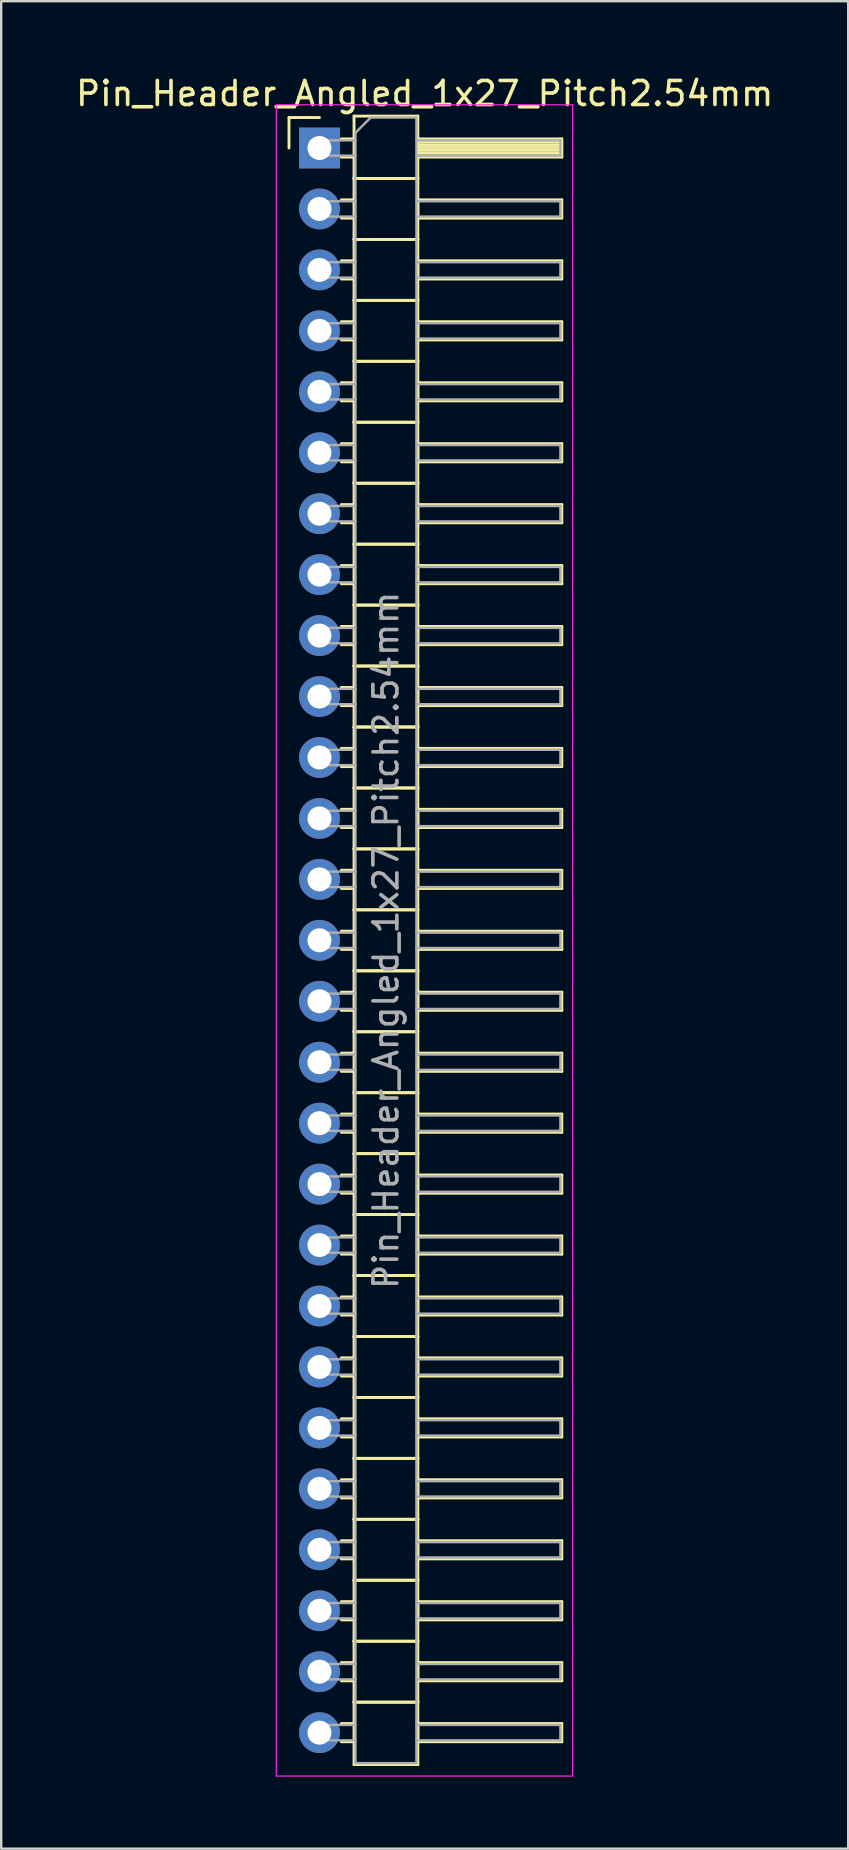
<source format=kicad_pcb>
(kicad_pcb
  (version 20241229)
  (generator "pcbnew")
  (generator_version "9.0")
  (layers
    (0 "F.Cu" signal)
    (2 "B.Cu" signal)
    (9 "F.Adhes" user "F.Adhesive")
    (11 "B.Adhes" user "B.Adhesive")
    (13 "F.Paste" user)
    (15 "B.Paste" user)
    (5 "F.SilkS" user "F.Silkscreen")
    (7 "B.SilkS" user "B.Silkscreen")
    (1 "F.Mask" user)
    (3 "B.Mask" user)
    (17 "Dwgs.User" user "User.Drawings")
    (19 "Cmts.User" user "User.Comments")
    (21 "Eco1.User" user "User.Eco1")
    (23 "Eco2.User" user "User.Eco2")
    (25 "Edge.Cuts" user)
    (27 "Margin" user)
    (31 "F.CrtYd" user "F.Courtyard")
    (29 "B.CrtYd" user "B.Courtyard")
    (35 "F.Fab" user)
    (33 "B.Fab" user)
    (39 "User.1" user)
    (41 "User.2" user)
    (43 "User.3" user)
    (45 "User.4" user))
  (footprint "Pin_Header_Angled_1x27_Pitch2.54mm"
    (layer "F.Cu")
    (at 10.264 3.118)
    (property "Reference" "Pin_Header_Angled_1x27_Pitch2.54mm" (at 4.385 -2.27 0) (layer "F.SilkS") (effects (font (size 1 1) (thickness 0.15))))
    (attr through_hole)
    (fp_line (start -1.27 -1.27) (end 0 -1.27) (stroke (width 0.12) (type solid)) (layer "F.SilkS"))
    (fp_line (start -1.27 0) (end -1.27 -1.27) (stroke (width 0.12) (type solid)) (layer "F.SilkS"))
    (fp_line (start 0.91 -0.38) (end 1.44 -0.38) (stroke (width 0.12) (type solid)) (layer "F.SilkS"))
    (fp_line (start 0.91 0.38) (end 1.44 0.38) (stroke (width 0.12) (type solid)) (layer "F.SilkS"))
    (fp_line (start 0.91 2.16) (end 1.44 2.16) (stroke (width 0.12) (type solid)) (layer "F.SilkS"))
    (fp_line (start 0.91 2.92) (end 1.44 2.92) (stroke (width 0.12) (type solid)) (layer "F.SilkS"))
    (fp_line (start 0.91 4.7) (end 1.44 4.7) (stroke (width 0.12) (type solid)) (layer "F.SilkS"))
    (fp_line (start 0.91 5.46) (end 1.44 5.46) (stroke (width 0.12) (type solid)) (layer "F.SilkS"))
    (fp_line (start 0.91 7.24) (end 1.44 7.24) (stroke (width 0.12) (type solid)) (layer "F.SilkS"))
    (fp_line (start 0.91 8) (end 1.44 8) (stroke (width 0.12) (type solid)) (layer "F.SilkS"))
    (fp_line (start 0.91 9.78) (end 1.44 9.78) (stroke (width 0.12) (type solid)) (layer "F.SilkS"))
    (fp_line (start 0.91 10.54) (end 1.44 10.54) (stroke (width 0.12) (type solid)) (layer "F.SilkS"))
    (fp_line (start 0.91 12.32) (end 1.44 12.32) (stroke (width 0.12) (type solid)) (layer "F.SilkS"))
    (fp_line (start 0.91 13.08) (end 1.44 13.08) (stroke (width 0.12) (type solid)) (layer "F.SilkS"))
    (fp_line (start 0.91 14.86) (end 1.44 14.86) (stroke (width 0.12) (type solid)) (layer "F.SilkS"))
    (fp_line (start 0.91 15.62) (end 1.44 15.62) (stroke (width 0.12) (type solid)) (layer "F.SilkS"))
    (fp_line (start 0.91 17.4) (end 1.44 17.4) (stroke (width 0.12) (type solid)) (layer "F.SilkS"))
    (fp_line (start 0.91 18.16) (end 1.44 18.16) (stroke (width 0.12) (type solid)) (layer "F.SilkS"))
    (fp_line (start 0.91 19.94) (end 1.44 19.94) (stroke (width 0.12) (type solid)) (layer "F.SilkS"))
    (fp_line (start 0.91 20.7) (end 1.44 20.7) (stroke (width 0.12) (type solid)) (layer "F.SilkS"))
    (fp_line (start 0.91 22.48) (end 1.44 22.48) (stroke (width 0.12) (type solid)) (layer "F.SilkS"))
    (fp_line (start 0.91 23.24) (end 1.44 23.24) (stroke (width 0.12) (type solid)) (layer "F.SilkS"))
    (fp_line (start 0.91 25.02) (end 1.44 25.02) (stroke (width 0.12) (type solid)) (layer "F.SilkS"))
    (fp_line (start 0.91 25.78) (end 1.44 25.78) (stroke (width 0.12) (type solid)) (layer "F.SilkS"))
    (fp_line (start 0.91 27.56) (end 1.44 27.56) (stroke (width 0.12) (type solid)) (layer "F.SilkS"))
    (fp_line (start 0.91 28.32) (end 1.44 28.32) (stroke (width 0.12) (type solid)) (layer "F.SilkS"))
    (fp_line (start 0.91 30.1) (end 1.44 30.1) (stroke (width 0.12) (type solid)) (layer "F.SilkS"))
    (fp_line (start 0.91 30.86) (end 1.44 30.86) (stroke (width 0.12) (type solid)) (layer "F.SilkS"))
    (fp_line (start 0.91 32.64) (end 1.44 32.64) (stroke (width 0.12) (type solid)) (layer "F.SilkS"))
    (fp_line (start 0.91 33.4) (end 1.44 33.4) (stroke (width 0.12) (type solid)) (layer "F.SilkS"))
    (fp_line (start 0.91 35.18) (end 1.44 35.18) (stroke (width 0.12) (type solid)) (layer "F.SilkS"))
    (fp_line (start 0.91 35.94) (end 1.44 35.94) (stroke (width 0.12) (type solid)) (layer "F.SilkS"))
    (fp_line (start 0.91 37.72) (end 1.44 37.72) (stroke (width 0.12) (type solid)) (layer "F.SilkS"))
    (fp_line (start 0.91 38.48) (end 1.44 38.48) (stroke (width 0.12) (type solid)) (layer "F.SilkS"))
    (fp_line (start 0.91 40.26) (end 1.44 40.26) (stroke (width 0.12) (type solid)) (layer "F.SilkS"))
    (fp_line (start 0.91 41.02) (end 1.44 41.02) (stroke (width 0.12) (type solid)) (layer "F.SilkS"))
    (fp_line (start 0.91 42.8) (end 1.44 42.8) (stroke (width 0.12) (type solid)) (layer "F.SilkS"))
    (fp_line (start 0.91 43.56) (end 1.44 43.56) (stroke (width 0.12) (type solid)) (layer "F.SilkS"))
    (fp_line (start 0.91 45.34) (end 1.44 45.34) (stroke (width 0.12) (type solid)) (layer "F.SilkS"))
    (fp_line (start 0.91 46.1) (end 1.44 46.1) (stroke (width 0.12) (type solid)) (layer "F.SilkS"))
    (fp_line (start 0.91 47.88) (end 1.44 47.88) (stroke (width 0.12) (type solid)) (layer "F.SilkS"))
    (fp_line (start 0.91 48.64) (end 1.44 48.64) (stroke (width 0.12) (type solid)) (layer "F.SilkS"))
    (fp_line (start 0.91 50.42) (end 1.44 50.42) (stroke (width 0.12) (type solid)) (layer "F.SilkS"))
    (fp_line (start 0.91 51.18) (end 1.44 51.18) (stroke (width 0.12) (type solid)) (layer "F.SilkS"))
    (fp_line (start 0.91 52.96) (end 1.44 52.96) (stroke (width 0.12) (type solid)) (layer "F.SilkS"))
    (fp_line (start 0.91 53.72) (end 1.44 53.72) (stroke (width 0.12) (type solid)) (layer "F.SilkS"))
    (fp_line (start 0.91 55.5) (end 1.44 55.5) (stroke (width 0.12) (type solid)) (layer "F.SilkS"))
    (fp_line (start 0.91 56.26) (end 1.44 56.26) (stroke (width 0.12) (type solid)) (layer "F.SilkS"))
    (fp_line (start 0.91 58.04) (end 1.44 58.04) (stroke (width 0.12) (type solid)) (layer "F.SilkS"))
    (fp_line (start 0.91 58.8) (end 1.44 58.8) (stroke (width 0.12) (type solid)) (layer "F.SilkS"))
    (fp_line (start 0.91 60.58) (end 1.44 60.58) (stroke (width 0.12) (type solid)) (layer "F.SilkS"))
    (fp_line (start 0.91 61.34) (end 1.44 61.34) (stroke (width 0.12) (type solid)) (layer "F.SilkS"))
    (fp_line (start 0.91 63.12) (end 1.44 63.12) (stroke (width 0.12) (type solid)) (layer "F.SilkS"))
    (fp_line (start 0.91 63.88) (end 1.44 63.88) (stroke (width 0.12) (type solid)) (layer "F.SilkS"))
    (fp_line (start 0.91 65.66) (end 1.44 65.66) (stroke (width 0.12) (type solid)) (layer "F.SilkS"))
    (fp_line (start 0.91 66.42) (end 1.44 66.42) (stroke (width 0.12) (type solid)) (layer "F.SilkS"))
    (fp_line (start 1.44 -1.33) (end 1.44 1.27) (stroke (width 0.12) (type solid)) (layer "F.SilkS"))
    (fp_line (start 1.44 1.27) (end 1.44 3.81) (stroke (width 0.12) (type solid)) (layer "F.SilkS"))
    (fp_line (start 1.44 1.27) (end 4.1 1.27) (stroke (width 0.12) (type solid)) (layer "F.SilkS"))
    (fp_line (start 1.44 3.81) (end 1.44 6.35) (stroke (width 0.12) (type solid)) (layer "F.SilkS"))
    (fp_line (start 1.44 3.81) (end 4.1 3.81) (stroke (width 0.12) (type solid)) (layer "F.SilkS"))
    (fp_line (start 1.44 6.35) (end 1.44 8.89) (stroke (width 0.12) (type solid)) (layer "F.SilkS"))
    (fp_line (start 1.44 6.35) (end 4.1 6.35) (stroke (width 0.12) (type solid)) (layer "F.SilkS"))
    (fp_line (start 1.44 8.89) (end 1.44 11.43) (stroke (width 0.12) (type solid)) (layer "F.SilkS"))
    (fp_line (start 1.44 8.89) (end 4.1 8.89) (stroke (width 0.12) (type solid)) (layer "F.SilkS"))
    (fp_line (start 1.44 11.43) (end 1.44 13.97) (stroke (width 0.12) (type solid)) (layer "F.SilkS"))
    (fp_line (start 1.44 11.43) (end 4.1 11.43) (stroke (width 0.12) (type solid)) (layer "F.SilkS"))
    (fp_line (start 1.44 13.97) (end 1.44 16.51) (stroke (width 0.12) (type solid)) (layer "F.SilkS"))
    (fp_line (start 1.44 13.97) (end 4.1 13.97) (stroke (width 0.12) (type solid)) (layer "F.SilkS"))
    (fp_line (start 1.44 16.51) (end 1.44 19.05) (stroke (width 0.12) (type solid)) (layer "F.SilkS"))
    (fp_line (start 1.44 16.51) (end 4.1 16.51) (stroke (width 0.12) (type solid)) (layer "F.SilkS"))
    (fp_line (start 1.44 19.05) (end 1.44 21.59) (stroke (width 0.12) (type solid)) (layer "F.SilkS"))
    (fp_line (start 1.44 19.05) (end 4.1 19.05) (stroke (width 0.12) (type solid)) (layer "F.SilkS"))
    (fp_line (start 1.44 21.59) (end 1.44 24.13) (stroke (width 0.12) (type solid)) (layer "F.SilkS"))
    (fp_line (start 1.44 21.59) (end 4.1 21.59) (stroke (width 0.12) (type solid)) (layer "F.SilkS"))
    (fp_line (start 1.44 24.13) (end 1.44 26.67) (stroke (width 0.12) (type solid)) (layer "F.SilkS"))
    (fp_line (start 1.44 24.13) (end 4.1 24.13) (stroke (width 0.12) (type solid)) (layer "F.SilkS"))
    (fp_line (start 1.44 26.67) (end 1.44 29.21) (stroke (width 0.12) (type solid)) (layer "F.SilkS"))
    (fp_line (start 1.44 26.67) (end 4.1 26.67) (stroke (width 0.12) (type solid)) (layer "F.SilkS"))
    (fp_line (start 1.44 29.21) (end 1.44 31.75) (stroke (width 0.12) (type solid)) (layer "F.SilkS"))
    (fp_line (start 1.44 29.21) (end 4.1 29.21) (stroke (width 0.12) (type solid)) (layer "F.SilkS"))
    (fp_line (start 1.44 31.75) (end 1.44 34.29) (stroke (width 0.12) (type solid)) (layer "F.SilkS"))
    (fp_line (start 1.44 31.75) (end 4.1 31.75) (stroke (width 0.12) (type solid)) (layer "F.SilkS"))
    (fp_line (start 1.44 34.29) (end 1.44 36.83) (stroke (width 0.12) (type solid)) (layer "F.SilkS"))
    (fp_line (start 1.44 34.29) (end 4.1 34.29) (stroke (width 0.12) (type solid)) (layer "F.SilkS"))
    (fp_line (start 1.44 36.83) (end 1.44 39.37) (stroke (width 0.12) (type solid)) (layer "F.SilkS"))
    (fp_line (start 1.44 36.83) (end 4.1 36.83) (stroke (width 0.12) (type solid)) (layer "F.SilkS"))
    (fp_line (start 1.44 39.37) (end 1.44 41.91) (stroke (width 0.12) (type solid)) (layer "F.SilkS"))
    (fp_line (start 1.44 39.37) (end 4.1 39.37) (stroke (width 0.12) (type solid)) (layer "F.SilkS"))
    (fp_line (start 1.44 41.91) (end 1.44 44.45) (stroke (width 0.12) (type solid)) (layer "F.SilkS"))
    (fp_line (start 1.44 41.91) (end 4.1 41.91) (stroke (width 0.12) (type solid)) (layer "F.SilkS"))
    (fp_line (start 1.44 44.45) (end 1.44 46.99) (stroke (width 0.12) (type solid)) (layer "F.SilkS"))
    (fp_line (start 1.44 44.45) (end 4.1 44.45) (stroke (width 0.12) (type solid)) (layer "F.SilkS"))
    (fp_line (start 1.44 46.99) (end 1.44 49.53) (stroke (width 0.12) (type solid)) (layer "F.SilkS"))
    (fp_line (start 1.44 46.99) (end 4.1 46.99) (stroke (width 0.12) (type solid)) (layer "F.SilkS"))
    (fp_line (start 1.44 49.53) (end 1.44 52.07) (stroke (width 0.12) (type solid)) (layer "F.SilkS"))
    (fp_line (start 1.44 49.53) (end 4.1 49.53) (stroke (width 0.12) (type solid)) (layer "F.SilkS"))
    (fp_line (start 1.44 52.07) (end 1.44 54.61) (stroke (width 0.12) (type solid)) (layer "F.SilkS"))
    (fp_line (start 1.44 52.07) (end 4.1 52.07) (stroke (width 0.12) (type solid)) (layer "F.SilkS"))
    (fp_line (start 1.44 54.61) (end 1.44 57.15) (stroke (width 0.12) (type solid)) (layer "F.SilkS"))
    (fp_line (start 1.44 54.61) (end 4.1 54.61) (stroke (width 0.12) (type solid)) (layer "F.SilkS"))
    (fp_line (start 1.44 57.15) (end 1.44 59.69) (stroke (width 0.12) (type solid)) (layer "F.SilkS"))
    (fp_line (start 1.44 57.15) (end 4.1 57.15) (stroke (width 0.12) (type solid)) (layer "F.SilkS"))
    (fp_line (start 1.44 59.69) (end 1.44 62.23) (stroke (width 0.12) (type solid)) (layer "F.SilkS"))
    (fp_line (start 1.44 59.69) (end 4.1 59.69) (stroke (width 0.12) (type solid)) (layer "F.SilkS"))
    (fp_line (start 1.44 62.23) (end 1.44 64.77) (stroke (width 0.12) (type solid)) (layer "F.SilkS"))
    (fp_line (start 1.44 62.23) (end 4.1 62.23) (stroke (width 0.12) (type solid)) (layer "F.SilkS"))
    (fp_line (start 1.44 64.77) (end 1.44 67.37) (stroke (width 0.12) (type solid)) (layer "F.SilkS"))
    (fp_line (start 1.44 64.77) (end 4.1 64.77) (stroke (width 0.12) (type solid)) (layer "F.SilkS"))
    (fp_line (start 1.44 67.37) (end 4.1 67.37) (stroke (width 0.12) (type solid)) (layer "F.SilkS"))
    (fp_line (start 4.1 -1.33) (end 1.44 -1.33) (stroke (width 0.12) (type solid)) (layer "F.SilkS"))
    (fp_line (start 4.1 -0.38) (end 4.1 0.38) (stroke (width 0.12) (type solid)) (layer "F.SilkS"))
    (fp_line (start 4.1 -0.26) (end 10.1 -0.26) (stroke (width 0.12) (type solid)) (layer "F.SilkS"))
    (fp_line (start 4.1 -0.14) (end 10.1 -0.14) (stroke (width 0.12) (type solid)) (layer "F.SilkS"))
    (fp_line (start 4.1 -0.02) (end 10.1 -0.02) (stroke (width 0.12) (type solid)) (layer "F.SilkS"))
    (fp_line (start 4.1 0.1) (end 10.1 0.1) (stroke (width 0.12) (type solid)) (layer "F.SilkS"))
    (fp_line (start 4.1 0.22) (end 10.1 0.22) (stroke (width 0.12) (type solid)) (layer "F.SilkS"))
    (fp_line (start 4.1 0.34) (end 10.1 0.34) (stroke (width 0.12) (type solid)) (layer "F.SilkS"))
    (fp_line (start 4.1 0.38) (end 10.1 0.38) (stroke (width 0.12) (type solid)) (layer "F.SilkS"))
    (fp_line (start 4.1 1.27) (end 1.44 1.27) (stroke (width 0.12) (type solid)) (layer "F.SilkS"))
    (fp_line (start 4.1 1.27) (end 4.1 -1.33) (stroke (width 0.12) (type solid)) (layer "F.SilkS"))
    (fp_line (start 4.1 2.16) (end 4.1 2.92) (stroke (width 0.12) (type solid)) (layer "F.SilkS"))
    (fp_line (start 4.1 2.92) (end 10.1 2.92) (stroke (width 0.12) (type solid)) (layer "F.SilkS"))
    (fp_line (start 4.1 3.81) (end 1.44 3.81) (stroke (width 0.12) (type solid)) (layer "F.SilkS"))
    (fp_line (start 4.1 3.81) (end 4.1 1.27) (stroke (width 0.12) (type solid)) (layer "F.SilkS"))
    (fp_line (start 4.1 4.7) (end 4.1 5.46) (stroke (width 0.12) (type solid)) (layer "F.SilkS"))
    (fp_line (start 4.1 5.46) (end 10.1 5.46) (stroke (width 0.12) (type solid)) (layer "F.SilkS"))
    (fp_line (start 4.1 6.35) (end 1.44 6.35) (stroke (width 0.12) (type solid)) (layer "F.SilkS"))
    (fp_line (start 4.1 6.35) (end 4.1 3.81) (stroke (width 0.12) (type solid)) (layer "F.SilkS"))
    (fp_line (start 4.1 7.24) (end 4.1 8) (stroke (width 0.12) (type solid)) (layer "F.SilkS"))
    (fp_line (start 4.1 8) (end 10.1 8) (stroke (width 0.12) (type solid)) (layer "F.SilkS"))
    (fp_line (start 4.1 8.89) (end 1.44 8.89) (stroke (width 0.12) (type solid)) (layer "F.SilkS"))
    (fp_line (start 4.1 8.89) (end 4.1 6.35) (stroke (width 0.12) (type solid)) (layer "F.SilkS"))
    (fp_line (start 4.1 9.78) (end 4.1 10.54) (stroke (width 0.12) (type solid)) (layer "F.SilkS"))
    (fp_line (start 4.1 10.54) (end 10.1 10.54) (stroke (width 0.12) (type solid)) (layer "F.SilkS"))
    (fp_line (start 4.1 11.43) (end 1.44 11.43) (stroke (width 0.12) (type solid)) (layer "F.SilkS"))
    (fp_line (start 4.1 11.43) (end 4.1 8.89) (stroke (width 0.12) (type solid)) (layer "F.SilkS"))
    (fp_line (start 4.1 12.32) (end 4.1 13.08) (stroke (width 0.12) (type solid)) (layer "F.SilkS"))
    (fp_line (start 4.1 13.08) (end 10.1 13.08) (stroke (width 0.12) (type solid)) (layer "F.SilkS"))
    (fp_line (start 4.1 13.97) (end 1.44 13.97) (stroke (width 0.12) (type solid)) (layer "F.SilkS"))
    (fp_line (start 4.1 13.97) (end 4.1 11.43) (stroke (width 0.12) (type solid)) (layer "F.SilkS"))
    (fp_line (start 4.1 14.86) (end 4.1 15.62) (stroke (width 0.12) (type solid)) (layer "F.SilkS"))
    (fp_line (start 4.1 15.62) (end 10.1 15.62) (stroke (width 0.12) (type solid)) (layer "F.SilkS"))
    (fp_line (start 4.1 16.51) (end 1.44 16.51) (stroke (width 0.12) (type solid)) (layer "F.SilkS"))
    (fp_line (start 4.1 16.51) (end 4.1 13.97) (stroke (width 0.12) (type solid)) (layer "F.SilkS"))
    (fp_line (start 4.1 17.4) (end 4.1 18.16) (stroke (width 0.12) (type solid)) (layer "F.SilkS"))
    (fp_line (start 4.1 18.16) (end 10.1 18.16) (stroke (width 0.12) (type solid)) (layer "F.SilkS"))
    (fp_line (start 4.1 19.05) (end 1.44 19.05) (stroke (width 0.12) (type solid)) (layer "F.SilkS"))
    (fp_line (start 4.1 19.05) (end 4.1 16.51) (stroke (width 0.12) (type solid)) (layer "F.SilkS"))
    (fp_line (start 4.1 19.94) (end 4.1 20.7) (stroke (width 0.12) (type solid)) (layer "F.SilkS"))
    (fp_line (start 4.1 20.7) (end 10.1 20.7) (stroke (width 0.12) (type solid)) (layer "F.SilkS"))
    (fp_line (start 4.1 21.59) (end 1.44 21.59) (stroke (width 0.12) (type solid)) (layer "F.SilkS"))
    (fp_line (start 4.1 21.59) (end 4.1 19.05) (stroke (width 0.12) (type solid)) (layer "F.SilkS"))
    (fp_line (start 4.1 22.48) (end 4.1 23.24) (stroke (width 0.12) (type solid)) (layer "F.SilkS"))
    (fp_line (start 4.1 23.24) (end 10.1 23.24) (stroke (width 0.12) (type solid)) (layer "F.SilkS"))
    (fp_line (start 4.1 24.13) (end 1.44 24.13) (stroke (width 0.12) (type solid)) (layer "F.SilkS"))
    (fp_line (start 4.1 24.13) (end 4.1 21.59) (stroke (width 0.12) (type solid)) (layer "F.SilkS"))
    (fp_line (start 4.1 25.02) (end 4.1 25.78) (stroke (width 0.12) (type solid)) (layer "F.SilkS"))
    (fp_line (start 4.1 25.78) (end 10.1 25.78) (stroke (width 0.12) (type solid)) (layer "F.SilkS"))
    (fp_line (start 4.1 26.67) (end 1.44 26.67) (stroke (width 0.12) (type solid)) (layer "F.SilkS"))
    (fp_line (start 4.1 26.67) (end 4.1 24.13) (stroke (width 0.12) (type solid)) (layer "F.SilkS"))
    (fp_line (start 4.1 27.56) (end 4.1 28.32) (stroke (width 0.12) (type solid)) (layer "F.SilkS"))
    (fp_line (start 4.1 28.32) (end 10.1 28.32) (stroke (width 0.12) (type solid)) (layer "F.SilkS"))
    (fp_line (start 4.1 29.21) (end 1.44 29.21) (stroke (width 0.12) (type solid)) (layer "F.SilkS"))
    (fp_line (start 4.1 29.21) (end 4.1 26.67) (stroke (width 0.12) (type solid)) (layer "F.SilkS"))
    (fp_line (start 4.1 30.1) (end 4.1 30.86) (stroke (width 0.12) (type solid)) (layer "F.SilkS"))
    (fp_line (start 4.1 30.86) (end 10.1 30.86) (stroke (width 0.12) (type solid)) (layer "F.SilkS"))
    (fp_line (start 4.1 31.75) (end 1.44 31.75) (stroke (width 0.12) (type solid)) (layer "F.SilkS"))
    (fp_line (start 4.1 31.75) (end 4.1 29.21) (stroke (width 0.12) (type solid)) (layer "F.SilkS"))
    (fp_line (start 4.1 32.64) (end 4.1 33.4) (stroke (width 0.12) (type solid)) (layer "F.SilkS"))
    (fp_line (start 4.1 33.4) (end 10.1 33.4) (stroke (width 0.12) (type solid)) (layer "F.SilkS"))
    (fp_line (start 4.1 34.29) (end 1.44 34.29) (stroke (width 0.12) (type solid)) (layer "F.SilkS"))
    (fp_line (start 4.1 34.29) (end 4.1 31.75) (stroke (width 0.12) (type solid)) (layer "F.SilkS"))
    (fp_line (start 4.1 35.18) (end 4.1 35.94) (stroke (width 0.12) (type solid)) (layer "F.SilkS"))
    (fp_line (start 4.1 35.94) (end 10.1 35.94) (stroke (width 0.12) (type solid)) (layer "F.SilkS"))
    (fp_line (start 4.1 36.83) (end 1.44 36.83) (stroke (width 0.12) (type solid)) (layer "F.SilkS"))
    (fp_line (start 4.1 36.83) (end 4.1 34.29) (stroke (width 0.12) (type solid)) (layer "F.SilkS"))
    (fp_line (start 4.1 37.72) (end 4.1 38.48) (stroke (width 0.12) (type solid)) (layer "F.SilkS"))
    (fp_line (start 4.1 38.48) (end 10.1 38.48) (stroke (width 0.12) (type solid)) (layer "F.SilkS"))
    (fp_line (start 4.1 39.37) (end 1.44 39.37) (stroke (width 0.12) (type solid)) (layer "F.SilkS"))
    (fp_line (start 4.1 39.37) (end 4.1 36.83) (stroke (width 0.12) (type solid)) (layer "F.SilkS"))
    (fp_line (start 4.1 40.26) (end 4.1 41.02) (stroke (width 0.12) (type solid)) (layer "F.SilkS"))
    (fp_line (start 4.1 41.02) (end 10.1 41.02) (stroke (width 0.12) (type solid)) (layer "F.SilkS"))
    (fp_line (start 4.1 41.91) (end 1.44 41.91) (stroke (width 0.12) (type solid)) (layer "F.SilkS"))
    (fp_line (start 4.1 41.91) (end 4.1 39.37) (stroke (width 0.12) (type solid)) (layer "F.SilkS"))
    (fp_line (start 4.1 42.8) (end 4.1 43.56) (stroke (width 0.12) (type solid)) (layer "F.SilkS"))
    (fp_line (start 4.1 43.56) (end 10.1 43.56) (stroke (width 0.12) (type solid)) (layer "F.SilkS"))
    (fp_line (start 4.1 44.45) (end 1.44 44.45) (stroke (width 0.12) (type solid)) (layer "F.SilkS"))
    (fp_line (start 4.1 44.45) (end 4.1 41.91) (stroke (width 0.12) (type solid)) (layer "F.SilkS"))
    (fp_line (start 4.1 45.34) (end 4.1 46.1) (stroke (width 0.12) (type solid)) (layer "F.SilkS"))
    (fp_line (start 4.1 46.1) (end 10.1 46.1) (stroke (width 0.12) (type solid)) (layer "F.SilkS"))
    (fp_line (start 4.1 46.99) (end 1.44 46.99) (stroke (width 0.12) (type solid)) (layer "F.SilkS"))
    (fp_line (start 4.1 46.99) (end 4.1 44.45) (stroke (width 0.12) (type solid)) (layer "F.SilkS"))
    (fp_line (start 4.1 47.88) (end 4.1 48.64) (stroke (width 0.12) (type solid)) (layer "F.SilkS"))
    (fp_line (start 4.1 48.64) (end 10.1 48.64) (stroke (width 0.12) (type solid)) (layer "F.SilkS"))
    (fp_line (start 4.1 49.53) (end 1.44 49.53) (stroke (width 0.12) (type solid)) (layer "F.SilkS"))
    (fp_line (start 4.1 49.53) (end 4.1 46.99) (stroke (width 0.12) (type solid)) (layer "F.SilkS"))
    (fp_line (start 4.1 50.42) (end 4.1 51.18) (stroke (width 0.12) (type solid)) (layer "F.SilkS"))
    (fp_line (start 4.1 51.18) (end 10.1 51.18) (stroke (width 0.12) (type solid)) (layer "F.SilkS"))
    (fp_line (start 4.1 52.07) (end 1.44 52.07) (stroke (width 0.12) (type solid)) (layer "F.SilkS"))
    (fp_line (start 4.1 52.07) (end 4.1 49.53) (stroke (width 0.12) (type solid)) (layer "F.SilkS"))
    (fp_line (start 4.1 52.96) (end 4.1 53.72) (stroke (width 0.12) (type solid)) (layer "F.SilkS"))
    (fp_line (start 4.1 53.72) (end 10.1 53.72) (stroke (width 0.12) (type solid)) (layer "F.SilkS"))
    (fp_line (start 4.1 54.61) (end 1.44 54.61) (stroke (width 0.12) (type solid)) (layer "F.SilkS"))
    (fp_line (start 4.1 54.61) (end 4.1 52.07) (stroke (width 0.12) (type solid)) (layer "F.SilkS"))
    (fp_line (start 4.1 55.5) (end 4.1 56.26) (stroke (width 0.12) (type solid)) (layer "F.SilkS"))
    (fp_line (start 4.1 56.26) (end 10.1 56.26) (stroke (width 0.12) (type solid)) (layer "F.SilkS"))
    (fp_line (start 4.1 57.15) (end 1.44 57.15) (stroke (width 0.12) (type solid)) (layer "F.SilkS"))
    (fp_line (start 4.1 57.15) (end 4.1 54.61) (stroke (width 0.12) (type solid)) (layer "F.SilkS"))
    (fp_line (start 4.1 58.04) (end 4.1 58.8) (stroke (width 0.12) (type solid)) (layer "F.SilkS"))
    (fp_line (start 4.1 58.8) (end 10.1 58.8) (stroke (width 0.12) (type solid)) (layer "F.SilkS"))
    (fp_line (start 4.1 59.69) (end 1.44 59.69) (stroke (width 0.12) (type solid)) (layer "F.SilkS"))
    (fp_line (start 4.1 59.69) (end 4.1 57.15) (stroke (width 0.12) (type solid)) (layer "F.SilkS"))
    (fp_line (start 4.1 60.58) (end 4.1 61.34) (stroke (width 0.12) (type solid)) (layer "F.SilkS"))
    (fp_line (start 4.1 61.34) (end 10.1 61.34) (stroke (width 0.12) (type solid)) (layer "F.SilkS"))
    (fp_line (start 4.1 62.23) (end 1.44 62.23) (stroke (width 0.12) (type solid)) (layer "F.SilkS"))
    (fp_line (start 4.1 62.23) (end 4.1 59.69) (stroke (width 0.12) (type solid)) (layer "F.SilkS"))
    (fp_line (start 4.1 63.12) (end 4.1 63.88) (stroke (width 0.12) (type solid)) (layer "F.SilkS"))
    (fp_line (start 4.1 63.88) (end 10.1 63.88) (stroke (width 0.12) (type solid)) (layer "F.SilkS"))
    (fp_line (start 4.1 64.77) (end 1.44 64.77) (stroke (width 0.12) (type solid)) (layer "F.SilkS"))
    (fp_line (start 4.1 64.77) (end 4.1 62.23) (stroke (width 0.12) (type solid)) (layer "F.SilkS"))
    (fp_line (start 4.1 65.66) (end 4.1 66.42) (stroke (width 0.12) (type solid)) (layer "F.SilkS"))
    (fp_line (start 4.1 66.42) (end 10.1 66.42) (stroke (width 0.12) (type solid)) (layer "F.SilkS"))
    (fp_line (start 4.1 67.37) (end 4.1 64.77) (stroke (width 0.12) (type solid)) (layer "F.SilkS"))
    (fp_line (start 10.1 -0.38) (end 4.1 -0.38) (stroke (width 0.12) (type solid)) (layer "F.SilkS"))
    (fp_line (start 10.1 0.38) (end 10.1 -0.38) (stroke (width 0.12) (type solid)) (layer "F.SilkS"))
    (fp_line (start 10.1 2.16) (end 4.1 2.16) (stroke (width 0.12) (type solid)) (layer "F.SilkS"))
    (fp_line (start 10.1 2.92) (end 10.1 2.16) (stroke (width 0.12) (type solid)) (layer "F.SilkS"))
    (fp_line (start 10.1 4.7) (end 4.1 4.7) (stroke (width 0.12) (type solid)) (layer "F.SilkS"))
    (fp_line (start 10.1 5.46) (end 10.1 4.7) (stroke (width 0.12) (type solid)) (layer "F.SilkS"))
    (fp_line (start 10.1 7.24) (end 4.1 7.24) (stroke (width 0.12) (type solid)) (layer "F.SilkS"))
    (fp_line (start 10.1 8) (end 10.1 7.24) (stroke (width 0.12) (type solid)) (layer "F.SilkS"))
    (fp_line (start 10.1 9.78) (end 4.1 9.78) (stroke (width 0.12) (type solid)) (layer "F.SilkS"))
    (fp_line (start 10.1 10.54) (end 10.1 9.78) (stroke (width 0.12) (type solid)) (layer "F.SilkS"))
    (fp_line (start 10.1 12.32) (end 4.1 12.32) (stroke (width 0.12) (type solid)) (layer "F.SilkS"))
    (fp_line (start 10.1 13.08) (end 10.1 12.32) (stroke (width 0.12) (type solid)) (layer "F.SilkS"))
    (fp_line (start 10.1 14.86) (end 4.1 14.86) (stroke (width 0.12) (type solid)) (layer "F.SilkS"))
    (fp_line (start 10.1 15.62) (end 10.1 14.86) (stroke (width 0.12) (type solid)) (layer "F.SilkS"))
    (fp_line (start 10.1 17.4) (end 4.1 17.4) (stroke (width 0.12) (type solid)) (layer "F.SilkS"))
    (fp_line (start 10.1 18.16) (end 10.1 17.4) (stroke (width 0.12) (type solid)) (layer "F.SilkS"))
    (fp_line (start 10.1 19.94) (end 4.1 19.94) (stroke (width 0.12) (type solid)) (layer "F.SilkS"))
    (fp_line (start 10.1 20.7) (end 10.1 19.94) (stroke (width 0.12) (type solid)) (layer "F.SilkS"))
    (fp_line (start 10.1 22.48) (end 4.1 22.48) (stroke (width 0.12) (type solid)) (layer "F.SilkS"))
    (fp_line (start 10.1 23.24) (end 10.1 22.48) (stroke (width 0.12) (type solid)) (layer "F.SilkS"))
    (fp_line (start 10.1 25.02) (end 4.1 25.02) (stroke (width 0.12) (type solid)) (layer "F.SilkS"))
    (fp_line (start 10.1 25.78) (end 10.1 25.02) (stroke (width 0.12) (type solid)) (layer "F.SilkS"))
    (fp_line (start 10.1 27.56) (end 4.1 27.56) (stroke (width 0.12) (type solid)) (layer "F.SilkS"))
    (fp_line (start 10.1 28.32) (end 10.1 27.56) (stroke (width 0.12) (type solid)) (layer "F.SilkS"))
    (fp_line (start 10.1 30.1) (end 4.1 30.1) (stroke (width 0.12) (type solid)) (layer "F.SilkS"))
    (fp_line (start 10.1 30.86) (end 10.1 30.1) (stroke (width 0.12) (type solid)) (layer "F.SilkS"))
    (fp_line (start 10.1 32.64) (end 4.1 32.64) (stroke (width 0.12) (type solid)) (layer "F.SilkS"))
    (fp_line (start 10.1 33.4) (end 10.1 32.64) (stroke (width 0.12) (type solid)) (layer "F.SilkS"))
    (fp_line (start 10.1 35.18) (end 4.1 35.18) (stroke (width 0.12) (type solid)) (layer "F.SilkS"))
    (fp_line (start 10.1 35.94) (end 10.1 35.18) (stroke (width 0.12) (type solid)) (layer "F.SilkS"))
    (fp_line (start 10.1 37.72) (end 4.1 37.72) (stroke (width 0.12) (type solid)) (layer "F.SilkS"))
    (fp_line (start 10.1 38.48) (end 10.1 37.72) (stroke (width 0.12) (type solid)) (layer "F.SilkS"))
    (fp_line (start 10.1 40.26) (end 4.1 40.26) (stroke (width 0.12) (type solid)) (layer "F.SilkS"))
    (fp_line (start 10.1 41.02) (end 10.1 40.26) (stroke (width 0.12) (type solid)) (layer "F.SilkS"))
    (fp_line (start 10.1 42.8) (end 4.1 42.8) (stroke (width 0.12) (type solid)) (layer "F.SilkS"))
    (fp_line (start 10.1 43.56) (end 10.1 42.8) (stroke (width 0.12) (type solid)) (layer "F.SilkS"))
    (fp_line (start 10.1 45.34) (end 4.1 45.34) (stroke (width 0.12) (type solid)) (layer "F.SilkS"))
    (fp_line (start 10.1 46.1) (end 10.1 45.34) (stroke (width 0.12) (type solid)) (layer "F.SilkS"))
    (fp_line (start 10.1 47.88) (end 4.1 47.88) (stroke (width 0.12) (type solid)) (layer "F.SilkS"))
    (fp_line (start 10.1 48.64) (end 10.1 47.88) (stroke (width 0.12) (type solid)) (layer "F.SilkS"))
    (fp_line (start 10.1 50.42) (end 4.1 50.42) (stroke (width 0.12) (type solid)) (layer "F.SilkS"))
    (fp_line (start 10.1 51.18) (end 10.1 50.42) (stroke (width 0.12) (type solid)) (layer "F.SilkS"))
    (fp_line (start 10.1 52.96) (end 4.1 52.96) (stroke (width 0.12) (type solid)) (layer "F.SilkS"))
    (fp_line (start 10.1 53.72) (end 10.1 52.96) (stroke (width 0.12) (type solid)) (layer "F.SilkS"))
    (fp_line (start 10.1 55.5) (end 4.1 55.5) (stroke (width 0.12) (type solid)) (layer "F.SilkS"))
    (fp_line (start 10.1 56.26) (end 10.1 55.5) (stroke (width 0.12) (type solid)) (layer "F.SilkS"))
    (fp_line (start 10.1 58.04) (end 4.1 58.04) (stroke (width 0.12) (type solid)) (layer "F.SilkS"))
    (fp_line (start 10.1 58.8) (end 10.1 58.04) (stroke (width 0.12) (type solid)) (layer "F.SilkS"))
    (fp_line (start 10.1 60.58) (end 4.1 60.58) (stroke (width 0.12) (type solid)) (layer "F.SilkS"))
    (fp_line (start 10.1 61.34) (end 10.1 60.58) (stroke (width 0.12) (type solid)) (layer "F.SilkS"))
    (fp_line (start 10.1 63.12) (end 4.1 63.12) (stroke (width 0.12) (type solid)) (layer "F.SilkS"))
    (fp_line (start 10.1 63.88) (end 10.1 63.12) (stroke (width 0.12) (type solid)) (layer "F.SilkS"))
    (fp_line (start 10.1 65.66) (end 4.1 65.66) (stroke (width 0.12) (type solid)) (layer "F.SilkS"))
    (fp_line (start 10.1 66.42) (end 10.1 65.66) (stroke (width 0.12) (type solid)) (layer "F.SilkS"))
    (fp_line (start -1.8 -1.8) (end -1.8 67.85) (stroke (width 0.05) (type solid)) (layer "F.CrtYd"))
    (fp_line (start -1.8 67.85) (end 10.55 67.85) (stroke (width 0.05) (type solid)) (layer "F.CrtYd"))
    (fp_line (start 10.55 -1.8) (end -1.8 -1.8) (stroke (width 0.05) (type solid)) (layer "F.CrtYd"))
    (fp_line (start 10.55 67.85) (end 10.55 -1.8) (stroke (width 0.05) (type solid)) (layer "F.CrtYd"))
    (fp_line (start -0.32 -0.32) (end -0.32 0.32) (stroke (width 0.1) (type solid)) (layer "F.Fab"))
    (fp_line (start -0.32 -0.32) (end 1.5 -0.32) (stroke (width 0.1) (type solid)) (layer "F.Fab"))
    (fp_line (start -0.32 0.32) (end 1.5 0.32) (stroke (width 0.1) (type solid)) (layer "F.Fab"))
    (fp_line (start -0.32 2.22) (end -0.32 2.86) (stroke (width 0.1) (type solid)) (layer "F.Fab"))
    (fp_line (start -0.32 2.22) (end 1.5 2.22) (stroke (width 0.1) (type solid)) (layer "F.Fab"))
    (fp_line (start -0.32 2.86) (end 1.5 2.86) (stroke (width 0.1) (type solid)) (layer "F.Fab"))
    (fp_line (start -0.32 4.76) (end -0.32 5.4) (stroke (width 0.1) (type solid)) (layer "F.Fab"))
    (fp_line (start -0.32 4.76) (end 1.5 4.76) (stroke (width 0.1) (type solid)) (layer "F.Fab"))
    (fp_line (start -0.32 5.4) (end 1.5 5.4) (stroke (width 0.1) (type solid)) (layer "F.Fab"))
    (fp_line (start -0.32 7.3) (end -0.32 7.94) (stroke (width 0.1) (type solid)) (layer "F.Fab"))
    (fp_line (start -0.32 7.3) (end 1.5 7.3) (stroke (width 0.1) (type solid)) (layer "F.Fab"))
    (fp_line (start -0.32 7.94) (end 1.5 7.94) (stroke (width 0.1) (type solid)) (layer "F.Fab"))
    (fp_line (start -0.32 9.84) (end -0.32 10.48) (stroke (width 0.1) (type solid)) (layer "F.Fab"))
    (fp_line (start -0.32 9.84) (end 1.5 9.84) (stroke (width 0.1) (type solid)) (layer "F.Fab"))
    (fp_line (start -0.32 10.48) (end 1.5 10.48) (stroke (width 0.1) (type solid)) (layer "F.Fab"))
    (fp_line (start -0.32 12.38) (end -0.32 13.02) (stroke (width 0.1) (type solid)) (layer "F.Fab"))
    (fp_line (start -0.32 12.38) (end 1.5 12.38) (stroke (width 0.1) (type solid)) (layer "F.Fab"))
    (fp_line (start -0.32 13.02) (end 1.5 13.02) (stroke (width 0.1) (type solid)) (layer "F.Fab"))
    (fp_line (start -0.32 14.92) (end -0.32 15.56) (stroke (width 0.1) (type solid)) (layer "F.Fab"))
    (fp_line (start -0.32 14.92) (end 1.5 14.92) (stroke (width 0.1) (type solid)) (layer "F.Fab"))
    (fp_line (start -0.32 15.56) (end 1.5 15.56) (stroke (width 0.1) (type solid)) (layer "F.Fab"))
    (fp_line (start -0.32 17.46) (end -0.32 18.1) (stroke (width 0.1) (type solid)) (layer "F.Fab"))
    (fp_line (start -0.32 17.46) (end 1.5 17.46) (stroke (width 0.1) (type solid)) (layer "F.Fab"))
    (fp_line (start -0.32 18.1) (end 1.5 18.1) (stroke (width 0.1) (type solid)) (layer "F.Fab"))
    (fp_line (start -0.32 20) (end -0.32 20.64) (stroke (width 0.1) (type solid)) (layer "F.Fab"))
    (fp_line (start -0.32 20) (end 1.5 20) (stroke (width 0.1) (type solid)) (layer "F.Fab"))
    (fp_line (start -0.32 20.64) (end 1.5 20.64) (stroke (width 0.1) (type solid)) (layer "F.Fab"))
    (fp_line (start -0.32 22.54) (end -0.32 23.18) (stroke (width 0.1) (type solid)) (layer "F.Fab"))
    (fp_line (start -0.32 22.54) (end 1.5 22.54) (stroke (width 0.1) (type solid)) (layer "F.Fab"))
    (fp_line (start -0.32 23.18) (end 1.5 23.18) (stroke (width 0.1) (type solid)) (layer "F.Fab"))
    (fp_line (start -0.32 25.08) (end -0.32 25.72) (stroke (width 0.1) (type solid)) (layer "F.Fab"))
    (fp_line (start -0.32 25.08) (end 1.5 25.08) (stroke (width 0.1) (type solid)) (layer "F.Fab"))
    (fp_line (start -0.32 25.72) (end 1.5 25.72) (stroke (width 0.1) (type solid)) (layer "F.Fab"))
    (fp_line (start -0.32 27.62) (end -0.32 28.26) (stroke (width 0.1) (type solid)) (layer "F.Fab"))
    (fp_line (start -0.32 27.62) (end 1.5 27.62) (stroke (width 0.1) (type solid)) (layer "F.Fab"))
    (fp_line (start -0.32 28.26) (end 1.5 28.26) (stroke (width 0.1) (type solid)) (layer "F.Fab"))
    (fp_line (start -0.32 30.16) (end -0.32 30.8) (stroke (width 0.1) (type solid)) (layer "F.Fab"))
    (fp_line (start -0.32 30.16) (end 1.5 30.16) (stroke (width 0.1) (type solid)) (layer "F.Fab"))
    (fp_line (start -0.32 30.8) (end 1.5 30.8) (stroke (width 0.1) (type solid)) (layer "F.Fab"))
    (fp_line (start -0.32 32.7) (end -0.32 33.34) (stroke (width 0.1) (type solid)) (layer "F.Fab"))
    (fp_line (start -0.32 32.7) (end 1.5 32.7) (stroke (width 0.1) (type solid)) (layer "F.Fab"))
    (fp_line (start -0.32 33.34) (end 1.5 33.34) (stroke (width 0.1) (type solid)) (layer "F.Fab"))
    (fp_line (start -0.32 35.24) (end -0.32 35.88) (stroke (width 0.1) (type solid)) (layer "F.Fab"))
    (fp_line (start -0.32 35.24) (end 1.5 35.24) (stroke (width 0.1) (type solid)) (layer "F.Fab"))
    (fp_line (start -0.32 35.88) (end 1.5 35.88) (stroke (width 0.1) (type solid)) (layer "F.Fab"))
    (fp_line (start -0.32 37.78) (end -0.32 38.42) (stroke (width 0.1) (type solid)) (layer "F.Fab"))
    (fp_line (start -0.32 37.78) (end 1.5 37.78) (stroke (width 0.1) (type solid)) (layer "F.Fab"))
    (fp_line (start -0.32 38.42) (end 1.5 38.42) (stroke (width 0.1) (type solid)) (layer "F.Fab"))
    (fp_line (start -0.32 40.32) (end -0.32 40.96) (stroke (width 0.1) (type solid)) (layer "F.Fab"))
    (fp_line (start -0.32 40.32) (end 1.5 40.32) (stroke (width 0.1) (type solid)) (layer "F.Fab"))
    (fp_line (start -0.32 40.96) (end 1.5 40.96) (stroke (width 0.1) (type solid)) (layer "F.Fab"))
    (fp_line (start -0.32 42.86) (end -0.32 43.5) (stroke (width 0.1) (type solid)) (layer "F.Fab"))
    (fp_line (start -0.32 42.86) (end 1.5 42.86) (stroke (width 0.1) (type solid)) (layer "F.Fab"))
    (fp_line (start -0.32 43.5) (end 1.5 43.5) (stroke (width 0.1) (type solid)) (layer "F.Fab"))
    (fp_line (start -0.32 45.4) (end -0.32 46.04) (stroke (width 0.1) (type solid)) (layer "F.Fab"))
    (fp_line (start -0.32 45.4) (end 1.5 45.4) (stroke (width 0.1) (type solid)) (layer "F.Fab"))
    (fp_line (start -0.32 46.04) (end 1.5 46.04) (stroke (width 0.1) (type solid)) (layer "F.Fab"))
    (fp_line (start -0.32 47.94) (end -0.32 48.58) (stroke (width 0.1) (type solid)) (layer "F.Fab"))
    (fp_line (start -0.32 47.94) (end 1.5 47.94) (stroke (width 0.1) (type solid)) (layer "F.Fab"))
    (fp_line (start -0.32 48.58) (end 1.5 48.58) (stroke (width 0.1) (type solid)) (layer "F.Fab"))
    (fp_line (start -0.32 50.48) (end -0.32 51.12) (stroke (width 0.1) (type solid)) (layer "F.Fab"))
    (fp_line (start -0.32 50.48) (end 1.5 50.48) (stroke (width 0.1) (type solid)) (layer "F.Fab"))
    (fp_line (start -0.32 51.12) (end 1.5 51.12) (stroke (width 0.1) (type solid)) (layer "F.Fab"))
    (fp_line (start -0.32 53.02) (end -0.32 53.66) (stroke (width 0.1) (type solid)) (layer "F.Fab"))
    (fp_line (start -0.32 53.02) (end 1.5 53.02) (stroke (width 0.1) (type solid)) (layer "F.Fab"))
    (fp_line (start -0.32 53.66) (end 1.5 53.66) (stroke (width 0.1) (type solid)) (layer "F.Fab"))
    (fp_line (start -0.32 55.56) (end -0.32 56.2) (stroke (width 0.1) (type solid)) (layer "F.Fab"))
    (fp_line (start -0.32 55.56) (end 1.5 55.56) (stroke (width 0.1) (type solid)) (layer "F.Fab"))
    (fp_line (start -0.32 56.2) (end 1.5 56.2) (stroke (width 0.1) (type solid)) (layer "F.Fab"))
    (fp_line (start -0.32 58.1) (end -0.32 58.74) (stroke (width 0.1) (type solid)) (layer "F.Fab"))
    (fp_line (start -0.32 58.1) (end 1.5 58.1) (stroke (width 0.1) (type solid)) (layer "F.Fab"))
    (fp_line (start -0.32 58.74) (end 1.5 58.74) (stroke (width 0.1) (type solid)) (layer "F.Fab"))
    (fp_line (start -0.32 60.64) (end -0.32 61.28) (stroke (width 0.1) (type solid)) (layer "F.Fab"))
    (fp_line (start -0.32 60.64) (end 1.5 60.64) (stroke (width 0.1) (type solid)) (layer "F.Fab"))
    (fp_line (start -0.32 61.28) (end 1.5 61.28) (stroke (width 0.1) (type solid)) (layer "F.Fab"))
    (fp_line (start -0.32 63.18) (end -0.32 63.82) (stroke (width 0.1) (type solid)) (layer "F.Fab"))
    (fp_line (start -0.32 63.18) (end 1.5 63.18) (stroke (width 0.1) (type solid)) (layer "F.Fab"))
    (fp_line (start -0.32 63.82) (end 1.5 63.82) (stroke (width 0.1) (type solid)) (layer "F.Fab"))
    (fp_line (start -0.32 65.72) (end -0.32 66.36) (stroke (width 0.1) (type solid)) (layer "F.Fab"))
    (fp_line (start -0.32 65.72) (end 1.5 65.72) (stroke (width 0.1) (type solid)) (layer "F.Fab"))
    (fp_line (start -0.32 66.36) (end 1.5 66.36) (stroke (width 0.1) (type solid)) (layer "F.Fab"))
    (fp_line (start 1.5 -0.635) (end 2.135 -1.27) (stroke (width 0.1) (type solid)) (layer "F.Fab"))
    (fp_line (start 1.5 67.31) (end 1.5 -0.635) (stroke (width 0.1) (type solid)) (layer "F.Fab"))
    (fp_line (start 2.135 -1.27) (end 4.04 -1.27) (stroke (width 0.1) (type solid)) (layer "F.Fab"))
    (fp_line (start 4.04 -1.27) (end 4.04 67.31) (stroke (width 0.1) (type solid)) (layer "F.Fab"))
    (fp_line (start 4.04 -0.32) (end 10.04 -0.32) (stroke (width 0.1) (type solid)) (layer "F.Fab"))
    (fp_line (start 4.04 0.32) (end 10.04 0.32) (stroke (width 0.1) (type solid)) (layer "F.Fab"))
    (fp_line (start 4.04 2.22) (end 10.04 2.22) (stroke (width 0.1) (type solid)) (layer "F.Fab"))
    (fp_line (start 4.04 2.86) (end 10.04 2.86) (stroke (width 0.1) (type solid)) (layer "F.Fab"))
    (fp_line (start 4.04 4.76) (end 10.04 4.76) (stroke (width 0.1) (type solid)) (layer "F.Fab"))
    (fp_line (start 4.04 5.4) (end 10.04 5.4) (stroke (width 0.1) (type solid)) (layer "F.Fab"))
    (fp_line (start 4.04 7.3) (end 10.04 7.3) (stroke (width 0.1) (type solid)) (layer "F.Fab"))
    (fp_line (start 4.04 7.94) (end 10.04 7.94) (stroke (width 0.1) (type solid)) (layer "F.Fab"))
    (fp_line (start 4.04 9.84) (end 10.04 9.84) (stroke (width 0.1) (type solid)) (layer "F.Fab"))
    (fp_line (start 4.04 10.48) (end 10.04 10.48) (stroke (width 0.1) (type solid)) (layer "F.Fab"))
    (fp_line (start 4.04 12.38) (end 10.04 12.38) (stroke (width 0.1) (type solid)) (layer "F.Fab"))
    (fp_line (start 4.04 13.02) (end 10.04 13.02) (stroke (width 0.1) (type solid)) (layer "F.Fab"))
    (fp_line (start 4.04 14.92) (end 10.04 14.92) (stroke (width 0.1) (type solid)) (layer "F.Fab"))
    (fp_line (start 4.04 15.56) (end 10.04 15.56) (stroke (width 0.1) (type solid)) (layer "F.Fab"))
    (fp_line (start 4.04 17.46) (end 10.04 17.46) (stroke (width 0.1) (type solid)) (layer "F.Fab"))
    (fp_line (start 4.04 18.1) (end 10.04 18.1) (stroke (width 0.1) (type solid)) (layer "F.Fab"))
    (fp_line (start 4.04 20) (end 10.04 20) (stroke (width 0.1) (type solid)) (layer "F.Fab"))
    (fp_line (start 4.04 20.64) (end 10.04 20.64) (stroke (width 0.1) (type solid)) (layer "F.Fab"))
    (fp_line (start 4.04 22.54) (end 10.04 22.54) (stroke (width 0.1) (type solid)) (layer "F.Fab"))
    (fp_line (start 4.04 23.18) (end 10.04 23.18) (stroke (width 0.1) (type solid)) (layer "F.Fab"))
    (fp_line (start 4.04 25.08) (end 10.04 25.08) (stroke (width 0.1) (type solid)) (layer "F.Fab"))
    (fp_line (start 4.04 25.72) (end 10.04 25.72) (stroke (width 0.1) (type solid)) (layer "F.Fab"))
    (fp_line (start 4.04 27.62) (end 10.04 27.62) (stroke (width 0.1) (type solid)) (layer "F.Fab"))
    (fp_line (start 4.04 28.26) (end 10.04 28.26) (stroke (width 0.1) (type solid)) (layer "F.Fab"))
    (fp_line (start 4.04 30.16) (end 10.04 30.16) (stroke (width 0.1) (type solid)) (layer "F.Fab"))
    (fp_line (start 4.04 30.8) (end 10.04 30.8) (stroke (width 0.1) (type solid)) (layer "F.Fab"))
    (fp_line (start 4.04 32.7) (end 10.04 32.7) (stroke (width 0.1) (type solid)) (layer "F.Fab"))
    (fp_line (start 4.04 33.34) (end 10.04 33.34) (stroke (width 0.1) (type solid)) (layer "F.Fab"))
    (fp_line (start 4.04 35.24) (end 10.04 35.24) (stroke (width 0.1) (type solid)) (layer "F.Fab"))
    (fp_line (start 4.04 35.88) (end 10.04 35.88) (stroke (width 0.1) (type solid)) (layer "F.Fab"))
    (fp_line (start 4.04 37.78) (end 10.04 37.78) (stroke (width 0.1) (type solid)) (layer "F.Fab"))
    (fp_line (start 4.04 38.42) (end 10.04 38.42) (stroke (width 0.1) (type solid)) (layer "F.Fab"))
    (fp_line (start 4.04 40.32) (end 10.04 40.32) (stroke (width 0.1) (type solid)) (layer "F.Fab"))
    (fp_line (start 4.04 40.96) (end 10.04 40.96) (stroke (width 0.1) (type solid)) (layer "F.Fab"))
    (fp_line (start 4.04 42.86) (end 10.04 42.86) (stroke (width 0.1) (type solid)) (layer "F.Fab"))
    (fp_line (start 4.04 43.5) (end 10.04 43.5) (stroke (width 0.1) (type solid)) (layer "F.Fab"))
    (fp_line (start 4.04 45.4) (end 10.04 45.4) (stroke (width 0.1) (type solid)) (layer "F.Fab"))
    (fp_line (start 4.04 46.04) (end 10.04 46.04) (stroke (width 0.1) (type solid)) (layer "F.Fab"))
    (fp_line (start 4.04 47.94) (end 10.04 47.94) (stroke (width 0.1) (type solid)) (layer "F.Fab"))
    (fp_line (start 4.04 48.58) (end 10.04 48.58) (stroke (width 0.1) (type solid)) (layer "F.Fab"))
    (fp_line (start 4.04 50.48) (end 10.04 50.48) (stroke (width 0.1) (type solid)) (layer "F.Fab"))
    (fp_line (start 4.04 51.12) (end 10.04 51.12) (stroke (width 0.1) (type solid)) (layer "F.Fab"))
    (fp_line (start 4.04 53.02) (end 10.04 53.02) (stroke (width 0.1) (type solid)) (layer "F.Fab"))
    (fp_line (start 4.04 53.66) (end 10.04 53.66) (stroke (width 0.1) (type solid)) (layer "F.Fab"))
    (fp_line (start 4.04 55.56) (end 10.04 55.56) (stroke (width 0.1) (type solid)) (layer "F.Fab"))
    (fp_line (start 4.04 56.2) (end 10.04 56.2) (stroke (width 0.1) (type solid)) (layer "F.Fab"))
    (fp_line (start 4.04 58.1) (end 10.04 58.1) (stroke (width 0.1) (type solid)) (layer "F.Fab"))
    (fp_line (start 4.04 58.74) (end 10.04 58.74) (stroke (width 0.1) (type solid)) (layer "F.Fab"))
    (fp_line (start 4.04 60.64) (end 10.04 60.64) (stroke (width 0.1) (type solid)) (layer "F.Fab"))
    (fp_line (start 4.04 61.28) (end 10.04 61.28) (stroke (width 0.1) (type solid)) (layer "F.Fab"))
    (fp_line (start 4.04 63.18) (end 10.04 63.18) (stroke (width 0.1) (type solid)) (layer "F.Fab"))
    (fp_line (start 4.04 63.82) (end 10.04 63.82) (stroke (width 0.1) (type solid)) (layer "F.Fab"))
    (fp_line (start 4.04 65.72) (end 10.04 65.72) (stroke (width 0.1) (type solid)) (layer "F.Fab"))
    (fp_line (start 4.04 66.36) (end 10.04 66.36) (stroke (width 0.1) (type solid)) (layer "F.Fab"))
    (fp_line (start 4.04 67.31) (end 1.5 67.31) (stroke (width 0.1) (type solid)) (layer "F.Fab"))
    (fp_line (start 10.04 -0.32) (end 10.04 0.32) (stroke (width 0.1) (type solid)) (layer "F.Fab"))
    (fp_line (start 10.04 2.22) (end 10.04 2.86) (stroke (width 0.1) (type solid)) (layer "F.Fab"))
    (fp_line (start 10.04 4.76) (end 10.04 5.4) (stroke (width 0.1) (type solid)) (layer "F.Fab"))
    (fp_line (start 10.04 7.3) (end 10.04 7.94) (stroke (width 0.1) (type solid)) (layer "F.Fab"))
    (fp_line (start 10.04 9.84) (end 10.04 10.48) (stroke (width 0.1) (type solid)) (layer "F.Fab"))
    (fp_line (start 10.04 12.38) (end 10.04 13.02) (stroke (width 0.1) (type solid)) (layer "F.Fab"))
    (fp_line (start 10.04 14.92) (end 10.04 15.56) (stroke (width 0.1) (type solid)) (layer "F.Fab"))
    (fp_line (start 10.04 17.46) (end 10.04 18.1) (stroke (width 0.1) (type solid)) (layer "F.Fab"))
    (fp_line (start 10.04 20) (end 10.04 20.64) (stroke (width 0.1) (type solid)) (layer "F.Fab"))
    (fp_line (start 10.04 22.54) (end 10.04 23.18) (stroke (width 0.1) (type solid)) (layer "F.Fab"))
    (fp_line (start 10.04 25.08) (end 10.04 25.72) (stroke (width 0.1) (type solid)) (layer "F.Fab"))
    (fp_line (start 10.04 27.62) (end 10.04 28.26) (stroke (width 0.1) (type solid)) (layer "F.Fab"))
    (fp_line (start 10.04 30.16) (end 10.04 30.8) (stroke (width 0.1) (type solid)) (layer "F.Fab"))
    (fp_line (start 10.04 32.7) (end 10.04 33.34) (stroke (width 0.1) (type solid)) (layer "F.Fab"))
    (fp_line (start 10.04 35.24) (end 10.04 35.88) (stroke (width 0.1) (type solid)) (layer "F.Fab"))
    (fp_line (start 10.04 37.78) (end 10.04 38.42) (stroke (width 0.1) (type solid)) (layer "F.Fab"))
    (fp_line (start 10.04 40.32) (end 10.04 40.96) (stroke (width 0.1) (type solid)) (layer "F.Fab"))
    (fp_line (start 10.04 42.86) (end 10.04 43.5) (stroke (width 0.1) (type solid)) (layer "F.Fab"))
    (fp_line (start 10.04 45.4) (end 10.04 46.04) (stroke (width 0.1) (type solid)) (layer "F.Fab"))
    (fp_line (start 10.04 47.94) (end 10.04 48.58) (stroke (width 0.1) (type solid)) (layer "F.Fab"))
    (fp_line (start 10.04 50.48) (end 10.04 51.12) (stroke (width 0.1) (type solid)) (layer "F.Fab"))
    (fp_line (start 10.04 53.02) (end 10.04 53.66) (stroke (width 0.1) (type solid)) (layer "F.Fab"))
    (fp_line (start 10.04 55.56) (end 10.04 56.2) (stroke (width 0.1) (type solid)) (layer "F.Fab"))
    (fp_line (start 10.04 58.1) (end 10.04 58.74) (stroke (width 0.1) (type solid)) (layer "F.Fab"))
    (fp_line (start 10.04 60.64) (end 10.04 61.28) (stroke (width 0.1) (type solid)) (layer "F.Fab"))
    (fp_line (start 10.04 63.18) (end 10.04 63.82) (stroke (width 0.1) (type solid)) (layer "F.Fab"))
    (fp_line (start 10.04 65.72) (end 10.04 66.36) (stroke (width 0.1) (type solid)) (layer "F.Fab"))
    (fp_text user "${REFERENCE}" (at 2.77 33.02 90) (layer "F.Fab") (effects (font (size 1 1) (thickness 0.15))))
    (pad "1" thru_hole rect (at 0 0) (size 1.7 1.7) (drill 1) (layers "*.Cu" "*.Mask"))
    (pad "2" thru_hole oval (at 0 2.54) (size 1.7 1.7) (drill 1) (layers "*.Cu" "*.Mask"))
    (pad "3" thru_hole oval (at 0 5.08) (size 1.7 1.7) (drill 1) (layers "*.Cu" "*.Mask"))
    (pad "4" thru_hole oval (at 0 7.62) (size 1.7 1.7) (drill 1) (layers "*.Cu" "*.Mask"))
    (pad "5" thru_hole oval (at 0 10.16) (size 1.7 1.7) (drill 1) (layers "*.Cu" "*.Mask"))
    (pad "6" thru_hole oval (at 0 12.7) (size 1.7 1.7) (drill 1) (layers "*.Cu" "*.Mask"))
    (pad "7" thru_hole oval (at 0 15.24) (size 1.7 1.7) (drill 1) (layers "*.Cu" "*.Mask"))
    (pad "8" thru_hole oval (at 0 17.78) (size 1.7 1.7) (drill 1) (layers "*.Cu" "*.Mask"))
    (pad "9" thru_hole oval (at 0 20.32) (size 1.7 1.7) (drill 1) (layers "*.Cu" "*.Mask"))
    (pad "10" thru_hole oval (at 0 22.86) (size 1.7 1.7) (drill 1) (layers "*.Cu" "*.Mask"))
    (pad "11" thru_hole oval (at 0 25.4) (size 1.7 1.7) (drill 1) (layers "*.Cu" "*.Mask"))
    (pad "12" thru_hole oval (at 0 27.94) (size 1.7 1.7) (drill 1) (layers "*.Cu" "*.Mask"))
    (pad "13" thru_hole oval (at 0 30.48) (size 1.7 1.7) (drill 1) (layers "*.Cu" "*.Mask"))
    (pad "14" thru_hole oval (at 0 33.02) (size 1.7 1.7) (drill 1) (layers "*.Cu" "*.Mask"))
    (pad "15" thru_hole oval (at 0 35.56) (size 1.7 1.7) (drill 1) (layers "*.Cu" "*.Mask"))
    (pad "16" thru_hole oval (at 0 38.1) (size 1.7 1.7) (drill 1) (layers "*.Cu" "*.Mask"))
    (pad "17" thru_hole oval (at 0 40.64) (size 1.7 1.7) (drill 1) (layers "*.Cu" "*.Mask"))
    (pad "18" thru_hole oval (at 0 43.18) (size 1.7 1.7) (drill 1) (layers "*.Cu" "*.Mask"))
    (pad "19" thru_hole oval (at 0 45.72) (size 1.7 1.7) (drill 1) (layers "*.Cu" "*.Mask"))
    (pad "20" thru_hole oval (at 0 48.26) (size 1.7 1.7) (drill 1) (layers "*.Cu" "*.Mask"))
    (pad "21" thru_hole oval (at 0 50.8) (size 1.7 1.7) (drill 1) (layers "*.Cu" "*.Mask"))
    (pad "22" thru_hole oval (at 0 53.34) (size 1.7 1.7) (drill 1) (layers "*.Cu" "*.Mask"))
    (pad "23" thru_hole oval (at 0 55.88) (size 1.7 1.7) (drill 1) (layers "*.Cu" "*.Mask"))
    (pad "24" thru_hole oval (at 0 58.42) (size 1.7 1.7) (drill 1) (layers "*.Cu" "*.Mask"))
    (pad "25" thru_hole oval (at 0 60.96) (size 1.7 1.7) (drill 1) (layers "*.Cu" "*.Mask"))
    (pad "26" thru_hole oval (at 0 63.5) (size 1.7 1.7) (drill 1) (layers "*.Cu" "*.Mask"))
    (pad "27" thru_hole oval (at 0 66.04) (size 1.7 1.7) (drill 1) (layers "*.Cu" "*.Mask")))
  (gr_rect
    (start -3 -3)
    (end 32.298 73.993)
    (stroke (width 0.1) (type default))
    (fill no)
    (layer "Edge.Cuts")))
</source>
